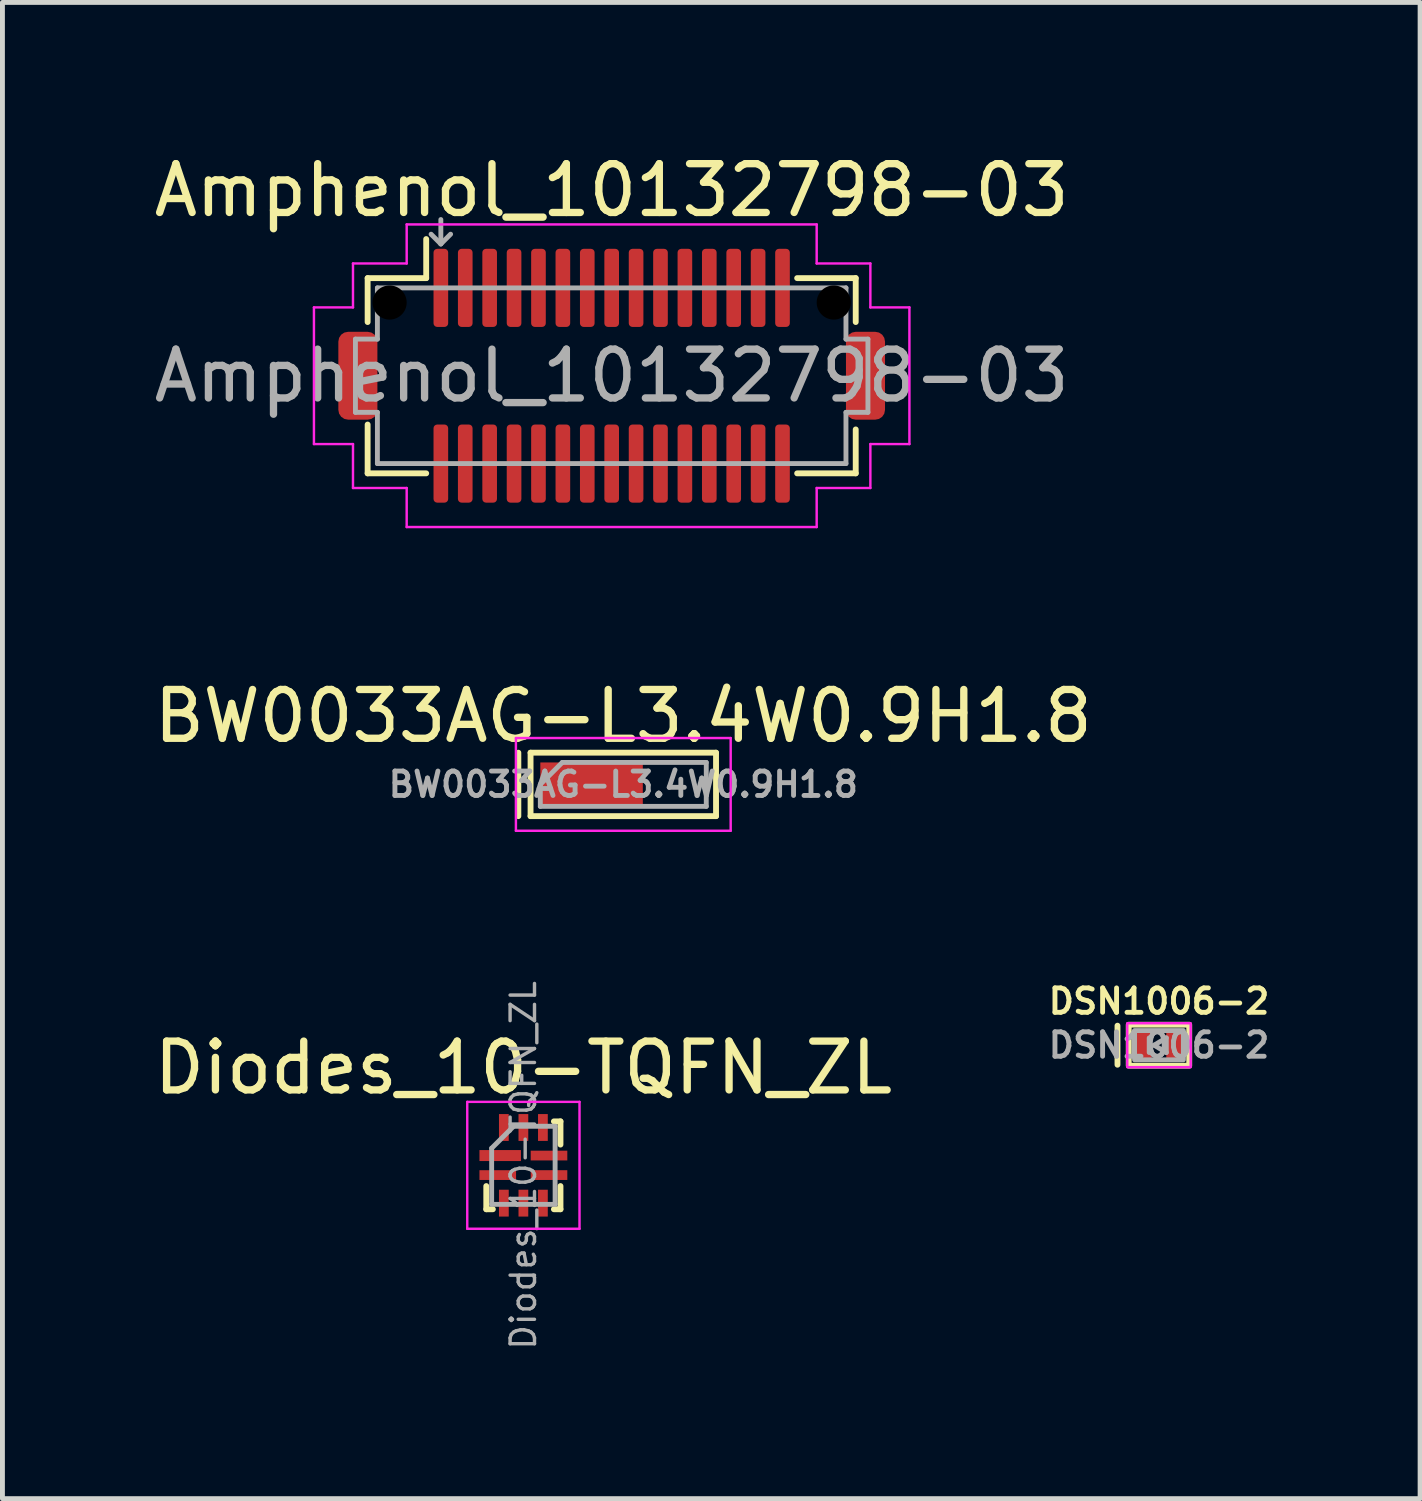
<source format=kicad_pcb>
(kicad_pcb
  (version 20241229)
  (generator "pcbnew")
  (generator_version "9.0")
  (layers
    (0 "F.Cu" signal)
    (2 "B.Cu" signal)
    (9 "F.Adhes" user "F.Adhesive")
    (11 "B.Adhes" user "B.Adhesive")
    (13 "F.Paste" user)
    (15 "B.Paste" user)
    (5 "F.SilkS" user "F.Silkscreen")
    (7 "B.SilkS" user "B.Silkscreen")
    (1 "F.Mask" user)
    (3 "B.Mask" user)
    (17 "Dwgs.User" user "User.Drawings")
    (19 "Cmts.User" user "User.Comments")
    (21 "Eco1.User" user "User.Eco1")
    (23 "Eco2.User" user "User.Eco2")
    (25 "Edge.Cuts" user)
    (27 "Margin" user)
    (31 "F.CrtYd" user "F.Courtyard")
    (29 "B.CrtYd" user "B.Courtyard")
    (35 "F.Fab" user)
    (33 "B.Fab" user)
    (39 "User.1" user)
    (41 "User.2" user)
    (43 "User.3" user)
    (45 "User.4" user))
  (footprint "DSN1006-2"
    (layer "F.Cu")
    (at 20.695 18.364)
    (property "Reference" "DSN1006-2" (at 0 -0.9 0) (layer "F.SilkS") (effects (font (size 0.5 0.5) (thickness 0.1))))
    (attr smd)
    (fp_line (start -0.85 -0.4) (end -0.85 0.4) (stroke (width 0.12) (type solid)) (layer "F.SilkS"))
    (fp_rect (start -0.62 -0.42) (end 0.62 0.42) (stroke (width 0.12) (type solid)) (fill no) (layer "F.SilkS"))
    (fp_rect (start -0.65 -0.45) (end 0.65 0.45) (stroke (width 0.05) (type solid)) (fill no) (layer "F.CrtYd"))
    (fp_line (start -0.2 -0.15) (end -0.2 0.15) (stroke (width 0.1) (type solid)) (layer "F.Fab"))
    (fp_line (start -0.1 0) (end 0.15 -0.15) (stroke (width 0.1) (type solid)) (layer "F.Fab"))
    (fp_line (start 0.15 -0.15) (end 0.15 0.15) (stroke (width 0.1) (type solid)) (layer "F.Fab"))
    (fp_line (start 0.15 0.15) (end -0.1 0) (stroke (width 0.1) (type solid)) (layer "F.Fab"))
    (fp_rect (start -0.5 -0.3) (end 0.5 0.3) (stroke (width 0.1) (type solid)) (fill no) (layer "F.Fab"))
    (fp_text user "${REFERENCE}" (at 0 0 0) (unlocked yes) (layer "F.Fab") (effects (font (size 0.5 0.5) (thickness 0.1))))
    (pad "1" smd rect (at -0.325 0) (size 0.35 0.6) (layers "F.Cu" "F.Mask" "F.Paste"))
    (pad "2" smd rect (at 0.325 0) (size 0.35 0.6) (layers "F.Cu" "F.Mask" "F.Paste")))
  (footprint "Amphenol_10132798-03"
    (layer "F.Cu")
    (at 9.482 4.648)
    (property "Reference" "Amphenol_10132798-03" (at 0 -3.8 0) (unlocked yes) (layer "F.SilkS") (effects (font (size 1 1) (thickness 0.15))))
    (attr smd)
    (fp_line (start -5 -2) (end -5 -1.1) (stroke (width 0.12) (type solid)) (layer "F.SilkS"))
    (fp_line (start -5 1) (end -5 2) (stroke (width 0.12) (type solid)) (layer "F.SilkS"))
    (fp_line (start -5 2) (end -3.8 2) (stroke (width 0.12) (type solid)) (layer "F.SilkS"))
    (fp_line (start -3.8 -2) (end -5 -2) (stroke (width 0.12) (type solid)) (layer "F.SilkS"))
    (fp_line (start -3.8 -2) (end -3.8 -2.8) (stroke (width 0.12) (type solid)) (layer "F.SilkS"))
    (fp_line (start 3.8 -2) (end 5 -2) (stroke (width 0.12) (type solid)) (layer "F.SilkS"))
    (fp_line (start 5 -2) (end 5 -1.1) (stroke (width 0.12) (type solid)) (layer "F.SilkS"))
    (fp_line (start 5 1.1) (end 5 2) (stroke (width 0.12) (type solid)) (layer "F.SilkS"))
    (fp_line (start 5 2) (end 3.8 2) (stroke (width 0.12) (type solid)) (layer "F.SilkS"))
    (fp_line (start -6.1 -1.4) (end -6.1 1.4) (stroke (width 0.05) (type solid)) (layer "F.CrtYd"))
    (fp_line (start -6.1 1.4) (end -5.3 1.4) (stroke (width 0.05) (type solid)) (layer "F.CrtYd"))
    (fp_line (start -5.3 -2.3) (end -5.3 -1.4) (stroke (width 0.05) (type solid)) (layer "F.CrtYd"))
    (fp_line (start -5.3 -1.4) (end -6.1 -1.4) (stroke (width 0.05) (type solid)) (layer "F.CrtYd"))
    (fp_line (start -5.3 1.4) (end -5.3 2.3) (stroke (width 0.05) (type solid)) (layer "F.CrtYd"))
    (fp_line (start -5.3 2.3) (end -4.2 2.3) (stroke (width 0.05) (type solid)) (layer "F.CrtYd"))
    (fp_line (start -4.2 -3.1) (end -4.2 -2.3) (stroke (width 0.05) (type solid)) (layer "F.CrtYd"))
    (fp_line (start -4.2 -2.3) (end -5.3 -2.3) (stroke (width 0.05) (type solid)) (layer "F.CrtYd"))
    (fp_line (start -4.2 2.3) (end -4.2 3.1) (stroke (width 0.05) (type solid)) (layer "F.CrtYd"))
    (fp_line (start -4.2 3.1) (end 4.2 3.1) (stroke (width 0.05) (type solid)) (layer "F.CrtYd"))
    (fp_line (start 4.2 -3.1) (end -4.2 -3.1) (stroke (width 0.05) (type solid)) (layer "F.CrtYd"))
    (fp_line (start 4.2 -2.3) (end 4.2 -3.1) (stroke (width 0.05) (type solid)) (layer "F.CrtYd"))
    (fp_line (start 4.2 2.3) (end 5.3 2.3) (stroke (width 0.05) (type solid)) (layer "F.CrtYd"))
    (fp_line (start 4.2 3.1) (end 4.2 2.3) (stroke (width 0.05) (type solid)) (layer "F.CrtYd"))
    (fp_line (start 5.3 -2.3) (end 4.2 -2.3) (stroke (width 0.05) (type solid)) (layer "F.CrtYd"))
    (fp_line (start 5.3 -1.4) (end 5.3 -2.3) (stroke (width 0.05) (type solid)) (layer "F.CrtYd"))
    (fp_line (start 5.3 1.4) (end 6.1 1.4) (stroke (width 0.05) (type solid)) (layer "F.CrtYd"))
    (fp_line (start 5.3 2.3) (end 5.3 1.4) (stroke (width 0.05) (type solid)) (layer "F.CrtYd"))
    (fp_line (start 6.1 -1.4) (end 5.3 -1.4) (stroke (width 0.05) (type solid)) (layer "F.CrtYd"))
    (fp_line (start 6.1 1.4) (end 6.1 -1.4) (stroke (width 0.05) (type solid)) (layer "F.CrtYd"))
    (fp_line (start -5.25 0.75) (end -5.25 -0.75) (stroke (width 0.1) (type solid)) (layer "F.Fab"))
    (fp_line (start -4.8 -1.8) (end -4.8 -0.75) (stroke (width 0.1) (type solid)) (layer "F.Fab"))
    (fp_line (start -4.8 -1.8) (end 4.8 -1.8) (stroke (width 0.1) (type solid)) (layer "F.Fab"))
    (fp_line (start -4.8 -0.75) (end -5.25 -0.75) (stroke (width 0.1) (type solid)) (layer "F.Fab"))
    (fp_line (start -4.8 0.75) (end -5.25 0.75) (stroke (width 0.1) (type solid)) (layer "F.Fab"))
    (fp_line (start -4.8 1.8) (end -4.8 0.75) (stroke (width 0.1) (type solid)) (layer "F.Fab"))
    (fp_line (start -4.8 1.8) (end 4.8 1.8) (stroke (width 0.1) (type solid)) (layer "F.Fab"))
    (fp_line (start -3.5 -2.7) (end -3.7 -2.9) (stroke (width 0.1) (type solid)) (layer "F.Fab"))
    (fp_line (start -3.5 -2.7) (end -3.5 -3.2) (stroke (width 0.1) (type solid)) (layer "F.Fab"))
    (fp_line (start -3.5 -2.7) (end -3.3 -2.9) (stroke (width 0.1) (type solid)) (layer "F.Fab"))
    (fp_line (start 4.8 -1.8) (end 4.8 -0.75) (stroke (width 0.1) (type solid)) (layer "F.Fab"))
    (fp_line (start 4.8 -0.75) (end 5.25 -0.75) (stroke (width 0.1) (type solid)) (layer "F.Fab"))
    (fp_line (start 4.8 0.75) (end 5.25 0.75) (stroke (width 0.1) (type solid)) (layer "F.Fab"))
    (fp_line (start 4.8 1.8) (end 4.8 0.75) (stroke (width 0.1) (type solid)) (layer "F.Fab"))
    (fp_line (start 5.25 0.75) (end 5.25 -0.75) (stroke (width 0.1) (type solid)) (layer "F.Fab"))
    (fp_text user "${REFERENCE}" (at 0 0 0) (layer "F.Fab") (effects (font (size 1 1) (thickness 0.15))))
    (pad "" np_thru_hole circle (at -4.55 -1.5) (size 0.7 0.7) (drill 0.7) (layers "*.Mask"))
    (pad "" np_thru_hole circle (at 4.55 -1.5) (size 0.7 0.7) (drill 0.7) (layers "*.Mask"))
    (pad "1" smd roundrect (at -3.5 -1.8 90) (size 1.6 0.3) (layers "F.Cu" "F.Mask" "F.Paste") (roundrect_rratio 0.25))
    (pad "2" smd roundrect (at -3 -1.8 90) (size 1.6 0.3) (layers "F.Cu" "F.Mask" "F.Paste") (roundrect_rratio 0.25))
    (pad "3" smd roundrect (at -2.5 -1.8 90) (size 1.6 0.3) (layers "F.Cu" "F.Mask" "F.Paste") (roundrect_rratio 0.25))
    (pad "4" smd roundrect (at -2 -1.8 90) (size 1.6 0.3) (layers "F.Cu" "F.Mask" "F.Paste") (roundrect_rratio 0.25))
    (pad "5" smd roundrect (at -1.5 -1.8 90) (size 1.6 0.3) (layers "F.Cu" "F.Mask" "F.Paste") (roundrect_rratio 0.25))
    (pad "6" smd roundrect (at -1 -1.8 90) (size 1.6 0.3) (layers "F.Cu" "F.Mask" "F.Paste") (roundrect_rratio 0.25))
    (pad "7" smd roundrect (at -0.5 -1.8 90) (size 1.6 0.3) (layers "F.Cu" "F.Mask" "F.Paste") (roundrect_rratio 0.25))
    (pad "8" smd roundrect (at 0 -1.8 90) (size 1.6 0.3) (layers "F.Cu" "F.Mask" "F.Paste") (roundrect_rratio 0.25))
    (pad "9" smd roundrect (at 0.5 -1.8 90) (size 1.6 0.3) (layers "F.Cu" "F.Mask" "F.Paste") (roundrect_rratio 0.25))
    (pad "10" smd roundrect (at 1 -1.8 90) (size 1.6 0.3) (layers "F.Cu" "F.Mask" "F.Paste") (roundrect_rratio 0.25))
    (pad "11" smd roundrect (at 1.5 -1.8 90) (size 1.6 0.3) (layers "F.Cu" "F.Mask" "F.Paste") (roundrect_rratio 0.25))
    (pad "12" smd roundrect (at 2 -1.8 90) (size 1.6 0.3) (layers "F.Cu" "F.Mask" "F.Paste") (roundrect_rratio 0.25))
    (pad "13" smd roundrect (at 2.5 -1.8 90) (size 1.6 0.3) (layers "F.Cu" "F.Mask" "F.Paste") (roundrect_rratio 0.25))
    (pad "14" smd roundrect (at 3 -1.8 90) (size 1.6 0.3) (layers "F.Cu" "F.Mask" "F.Paste") (roundrect_rratio 0.25))
    (pad "15" smd roundrect (at 3.5 -1.8 90) (size 1.6 0.3) (layers "F.Cu" "F.Mask" "F.Paste") (roundrect_rratio 0.25))
    (pad "16" smd roundrect (at 3.5 1.8 90) (size 1.6 0.3) (layers "F.Cu" "F.Mask" "F.Paste") (roundrect_rratio 0.25))
    (pad "17" smd roundrect (at 3 1.8 90) (size 1.6 0.3) (layers "F.Cu" "F.Mask" "F.Paste") (roundrect_rratio 0.25))
    (pad "18" smd roundrect (at 2.5 1.8 90) (size 1.6 0.3) (layers "F.Cu" "F.Mask" "F.Paste") (roundrect_rratio 0.25))
    (pad "19" smd roundrect (at 2 1.8 90) (size 1.6 0.3) (layers "F.Cu" "F.Mask" "F.Paste") (roundrect_rratio 0.25))
    (pad "20" smd roundrect (at 1.5 1.8 90) (size 1.6 0.3) (layers "F.Cu" "F.Mask" "F.Paste") (roundrect_rratio 0.25))
    (pad "21" smd roundrect (at 1 1.8 90) (size 1.6 0.3) (layers "F.Cu" "F.Mask" "F.Paste") (roundrect_rratio 0.25))
    (pad "22" smd roundrect (at 0.5 1.8 90) (size 1.6 0.3) (layers "F.Cu" "F.Mask" "F.Paste") (roundrect_rratio 0.25))
    (pad "23" smd roundrect (at 0 1.8 90) (size 1.6 0.3) (layers "F.Cu" "F.Mask" "F.Paste") (roundrect_rratio 0.25))
    (pad "24" smd roundrect (at -0.5 1.8 90) (size 1.6 0.3) (layers "F.Cu" "F.Mask" "F.Paste") (roundrect_rratio 0.25))
    (pad "25" smd roundrect (at -1 1.8 90) (size 1.6 0.3) (layers "F.Cu" "F.Mask" "F.Paste") (roundrect_rratio 0.25))
    (pad "26" smd roundrect (at -1.5 1.8 90) (size 1.6 0.3) (layers "F.Cu" "F.Mask" "F.Paste") (roundrect_rratio 0.25))
    (pad "27" smd roundrect (at -2 1.8 90) (size 1.6 0.3) (layers "F.Cu" "F.Mask" "F.Paste") (roundrect_rratio 0.25))
    (pad "28" smd roundrect (at -2.5 1.8 90) (size 1.6 0.3) (layers "F.Cu" "F.Mask" "F.Paste") (roundrect_rratio 0.25))
    (pad "29" smd roundrect (at -3 1.8 90) (size 1.6 0.3) (layers "F.Cu" "F.Mask" "F.Paste") (roundrect_rratio 0.25))
    (pad "30" smd roundrect (at -3.5 1.8 90) (size 1.6 0.3) (layers "F.Cu" "F.Mask" "F.Paste") (roundrect_rratio 0.25))
    (pad "31" smd roundrect (at -5.2 0 90) (size 1.8 0.8) (layers "F.Cu" "F.Mask" "F.Paste") (roundrect_rratio 0.25))
    (pad "31" smd roundrect (at 5.2 0 90) (size 1.8 0.8) (layers "F.Cu" "F.Mask" "F.Paste") (roundrect_rratio 0.25)))
  (footprint "Diodes_10-TQFN_ZL"
    (layer "F.Cu")
    (at 7.673 20.825)
    (property "Reference" "Diodes_10-TQFN_ZL" (at 0 -2 0) (layer "F.SilkS") (effects (font (size 1 1) (thickness 0.15))))
    (attr smd)
    (fp_line (start -0.76 0.9) (end -0.76 0.425) (stroke (width 0.12) (type solid)) (layer "F.SilkS"))
    (fp_line (start -0.625 0.9) (end -0.76 0.9) (stroke (width 0.12) (type solid)) (layer "F.SilkS"))
    (fp_line (start 0.76 -0.9) (end 0.625 -0.9) (stroke (width 0.12) (type solid)) (layer "F.SilkS"))
    (fp_line (start 0.76 -0.425) (end 0.76 -0.9) (stroke (width 0.12) (type solid)) (layer "F.SilkS"))
    (fp_line (start 0.76 0.9) (end 0.625 0.9) (stroke (width 0.12) (type solid)) (layer "F.SilkS"))
    (fp_line (start 0.76 0.9) (end 0.76 0.425) (stroke (width 0.12) (type solid)) (layer "F.SilkS"))
    (fp_line (start -1.15 1.3) (end -1.15 -1.3) (stroke (width 0.05) (type solid)) (layer "F.CrtYd"))
    (fp_line (start -1.15 1.3) (end 1.15 1.3) (stroke (width 0.05) (type solid)) (layer "F.CrtYd"))
    (fp_line (start 1.15 -1.3) (end -1.15 -1.3) (stroke (width 0.05) (type solid)) (layer "F.CrtYd"))
    (fp_line (start 1.15 -1.3) (end 1.15 1.3) (stroke (width 0.05) (type solid)) (layer "F.CrtYd"))
    (fp_line (start -0.65 -0.35) (end -0.65 0.8) (stroke (width 0.1) (type solid)) (layer "F.Fab"))
    (fp_line (start -0.65 0.8) (end 0.65 0.8) (stroke (width 0.1) (type solid)) (layer "F.Fab"))
    (fp_line (start -0.2 -0.8) (end -0.65 -0.35) (stroke (width 0.1) (type solid)) (layer "F.Fab"))
    (fp_line (start 0.65 -0.8) (end -0.2 -0.8) (stroke (width 0.1) (type solid)) (layer "F.Fab"))
    (fp_line (start 0.65 0.8) (end 0.65 -0.8) (stroke (width 0.1) (type solid)) (layer "F.Fab"))
    (fp_text user "${REFERENCE}" (at 0 0 90) (layer "F.Fab") (effects (font (size 0.5 0.5) (thickness 0.07))))
    (pad "1" smd rect (at -0.475 -0.2) (size 0.85 0.225) (layers "F.Cu" "F.Mask" "F.Paste"))
    (pad "2" smd rect (at -0.525 0.2) (size 0.75 0.2) (layers "F.Cu" "F.Mask" "F.Paste"))
    (pad "3" smd rect (at -0.4 0.775 90) (size 0.55 0.2) (layers "F.Cu" "F.Mask" "F.Paste"))
    (pad "4" smd rect (at 0 0.775 90) (size 0.55 0.2) (layers "F.Cu" "F.Mask" "F.Paste"))
    (pad "5" smd rect (at 0.4 0.775 90) (size 0.55 0.2) (layers "F.Cu" "F.Mask" "F.Paste"))
    (pad "6" smd rect (at 0.525 0.2) (size 0.75 0.2) (layers "F.Cu" "F.Mask" "F.Paste"))
    (pad "7" smd rect (at 0.525 -0.2) (size 0.75 0.2) (layers "F.Cu" "F.Mask" "F.Paste"))
    (pad "8" smd rect (at 0.4 -0.775 90) (size 0.55 0.2) (layers "F.Cu" "F.Mask" "F.Paste"))
    (pad "9" smd rect (at 0 -0.775 90) (size 0.55 0.2) (layers "F.Cu" "F.Mask" "F.Paste"))
    (pad "10" smd rect (at -0.4 -0.775 90) (size 0.55 0.2) (layers "F.Cu" "F.Mask" "F.Paste")))
  (footprint "BW0033AG-L3.4W0.9H1.8"
    (layer "F.Cu")
    (at 9.72 13.021)
    (property "Reference" "BW0033AG-L3.4W0.9H1.8" (at 0 -1.4 180) (layer "F.SilkS") (effects (font (size 1 1) (thickness 0.15))))
    (attr smd)
    (fp_line (start -2.15 -0.65) (end -2.15 0.65) (stroke (width 0.12) (type solid)) (layer "F.SilkS"))
    (fp_line (start -1.9 -0.65) (end 1.9 -0.65) (stroke (width 0.12) (type solid)) (layer "F.SilkS"))
    (fp_line (start -1.9 0.65) (end -1.9 -0.65) (stroke (width 0.12) (type solid)) (layer "F.SilkS"))
    (fp_line (start 1.9 -0.65) (end 1.9 0.65) (stroke (width 0.12) (type solid)) (layer "F.SilkS"))
    (fp_line (start 1.9 0.65) (end -1.9 0.65) (stroke (width 0.12) (type solid)) (layer "F.SilkS"))
    (fp_line (start -2.2 -0.95) (end 2.2 -0.95) (stroke (width 0.05) (type solid)) (layer "F.CrtYd"))
    (fp_line (start -2.2 0.95) (end -2.2 -0.95) (stroke (width 0.05) (type solid)) (layer "F.CrtYd"))
    (fp_line (start 2.2 -0.95) (end 2.2 0.95) (stroke (width 0.05) (type solid)) (layer "F.CrtYd"))
    (fp_line (start 2.2 0.95) (end -2.2 0.95) (stroke (width 0.05) (type solid)) (layer "F.CrtYd"))
    (fp_line (start -1.7 0.45) (end -1.7 0) (stroke (width 0.1) (type solid)) (layer "F.Fab"))
    (fp_line (start -1.25 -0.45) (end -1.7 0) (stroke (width 0.1) (type solid)) (layer "F.Fab"))
    (fp_line (start -1.25 -0.45) (end 1.7 -0.45) (stroke (width 0.1) (type solid)) (layer "F.Fab"))
    (fp_line (start 1.7 -0.45) (end 1.7 0.45) (stroke (width 0.1) (type solid)) (layer "F.Fab"))
    (fp_line (start 1.7 0.45) (end -1.7 0.45) (stroke (width 0.1) (type solid)) (layer "F.Fab"))
    (fp_text user "${REFERENCE}" (at 0 0 180) (layer "F.Fab") (effects (font (size 0.5 0.5) (thickness 0.1))))
    (pad "1" smd rect (at -0.65 0) (size 2.1 0.9) (layers "F.Cu" "F.Mask" "F.Paste")))
  (gr_rect
    (start -3 -3)
    (end 26.045 27.654)
    (stroke (width 0.1) (type default))
    (fill no)
    (layer "Edge.Cuts")))
</source>
